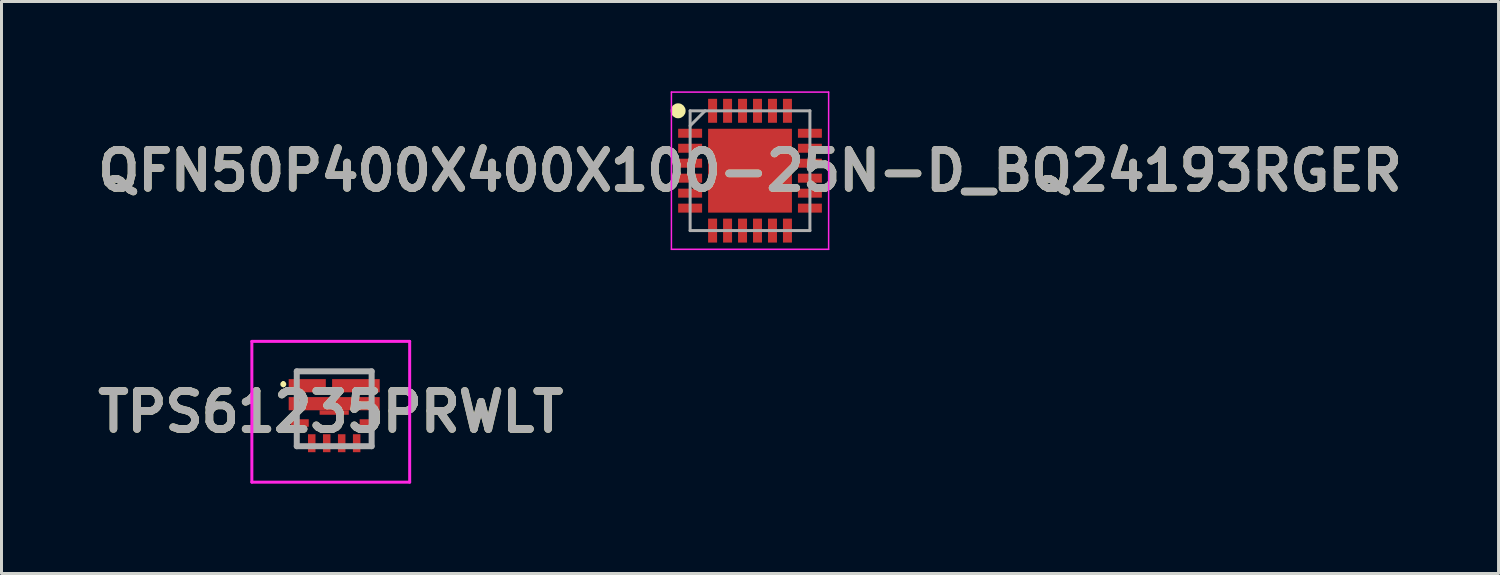
<source format=kicad_pcb>
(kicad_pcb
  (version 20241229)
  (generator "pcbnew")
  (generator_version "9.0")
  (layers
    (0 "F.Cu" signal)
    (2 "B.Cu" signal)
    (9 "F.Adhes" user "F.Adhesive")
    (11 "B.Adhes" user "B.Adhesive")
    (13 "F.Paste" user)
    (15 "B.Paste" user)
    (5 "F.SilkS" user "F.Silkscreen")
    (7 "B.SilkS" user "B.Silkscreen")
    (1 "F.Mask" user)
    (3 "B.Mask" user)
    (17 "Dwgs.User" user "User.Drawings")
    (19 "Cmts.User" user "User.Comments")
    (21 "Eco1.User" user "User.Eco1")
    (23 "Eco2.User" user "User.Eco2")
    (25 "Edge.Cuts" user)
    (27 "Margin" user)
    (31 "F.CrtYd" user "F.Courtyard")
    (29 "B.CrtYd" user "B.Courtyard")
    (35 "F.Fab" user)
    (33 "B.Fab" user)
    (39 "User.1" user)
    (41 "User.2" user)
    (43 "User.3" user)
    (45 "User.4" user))
  (footprint "TPS61235PRWLT"
    (layer "F.Cu")
    (at 7.21 9.83)
    (property "Reference" "TPS61235PRWLT" (at 0.785 0.87 0) (layer "F.SilkS") (effects (font (size 1.27 1.27) (thickness 0.254))))
    (attr smd)
    (fp_line (start -0.8 -0.1) (end -0.8 -0.1) (stroke (width 0.1) (type solid)) (layer "F.SilkS"))
    (fp_line (start -0.8 0) (end -0.8 0) (stroke (width 0.1) (type solid)) (layer "F.SilkS"))
    (fp_line (start -0.35 -0.48) (end 2.15 -0.48) (stroke (width 0.1) (type solid)) (layer "F.SilkS"))
    (fp_line (start -0.35 1.57) (end -0.35 2.02) (stroke (width 0.1) (type solid)) (layer "F.SilkS"))
    (fp_line (start -0.35 2.02) (end -0.1 2.02) (stroke (width 0.1) (type solid)) (layer "F.SilkS"))
    (fp_line (start 1.9 2.02) (end 2.15 2.02) (stroke (width 0.1) (type solid)) (layer "F.SilkS"))
    (fp_line (start 2.15 2.02) (end 2.15 1.57) (stroke (width 0.1) (type solid)) (layer "F.SilkS"))
    (fp_arc (start -0.8 -0.1) (mid -0.75 -0.05) (end -0.8 0) (stroke (width 0.1) (type solid)) (layer "F.SilkS"))
    (fp_arc (start -0.8 0) (mid -0.85 -0.05) (end -0.8 -0.1) (stroke (width 0.1) (type solid)) (layer "F.SilkS"))
    (fp_line (start -1.85 -1.48) (end 3.42 -1.48) (stroke (width 0.1) (type solid)) (layer "F.CrtYd"))
    (fp_line (start -1.85 3.22) (end -1.85 -1.48) (stroke (width 0.1) (type solid)) (layer "F.CrtYd"))
    (fp_line (start 3.42 -1.48) (end 3.42 3.22) (stroke (width 0.1) (type solid)) (layer "F.CrtYd"))
    (fp_line (start 3.42 3.22) (end -1.85 3.22) (stroke (width 0.1) (type solid)) (layer "F.CrtYd"))
    (fp_line (start -0.35 -0.48) (end 2.15 -0.48) (stroke (width 0.2) (type solid)) (layer "F.Fab"))
    (fp_line (start -0.35 2.02) (end -0.35 -0.48) (stroke (width 0.2) (type solid)) (layer "F.Fab"))
    (fp_line (start 2.15 -0.48) (end 2.15 2.02) (stroke (width 0.2) (type solid)) (layer "F.Fab"))
    (fp_line (start 2.15 2.02) (end -0.35 2.02) (stroke (width 0.2) (type solid)) (layer "F.Fab"))
    (fp_text user "${REFERENCE}" (at 0.785 0.87 0) (layer "F.Fab") (effects (font (size 1.27 1.27) (thickness 0.254))))
    (pad "1" smd rect (at 0 0 90) (size 0.44 1.24) (layers "F.Cu" "F.Mask" "F.Paste"))
    (pad "2" smd rect (at 0.9 0.6 90) (size 0.44 3.04) (layers "F.Cu" "F.Mask" "F.Paste"))
    (pad "3" smd rect (at -0.25 1.245 90) (size 0.25 0.6) (layers "F.Cu" "F.Mask" "F.Paste"))
    (pad "4" smd rect (at 0.15 1.92) (size 0.25 0.6) (layers "F.Cu" "F.Mask" "F.Paste"))
    (pad "5" smd rect (at 0.65 1.92) (size 0.25 0.6) (layers "F.Cu" "F.Mask" "F.Paste"))
    (pad "6" smd rect (at 1.15 1.92) (size 0.25 0.6) (layers "F.Cu" "F.Mask" "F.Paste"))
    (pad "7" smd rect (at 1.65 1.92) (size 0.25 0.6) (layers "F.Cu" "F.Mask" "F.Paste"))
    (pad "8" smd rect (at 2.05 1.245 90) (size 0.25 0.6) (layers "F.Cu" "F.Mask" "F.Paste"))
    (pad "9" smd rect (at 1.625 0 90) (size 0.44 1.59) (layers "F.Cu" "F.Mask" "F.Paste"))
    (pad "10" smd rect (at 0.9 0.895 90) (size 0.15 0.975) (layers "F.Cu" "F.Mask" "F.Paste")))
  (footprint "QFN50P400X400X100-25N-D_BQ24193RGER"
    (layer "F.Cu")
    (at 21.995 2.65)
    (property "Reference" "QFN50P400X400X100-25N-D_BQ24193RGER" (at 0 0 0) (layer "F.SilkS") (effects (font (size 1.27 1.27) (thickness 0.254))))
    (attr smd)
    (fp_circle (center -2.4 -2) (end -2.4 -1.875) (stroke (width 0.25) (type solid)) (fill no) (layer "F.SilkS"))
    (fp_line (start -2.625 -2.625) (end 2.625 -2.625) (stroke (width 0.05) (type solid)) (layer "F.CrtYd"))
    (fp_line (start -2.625 2.625) (end -2.625 -2.625) (stroke (width 0.05) (type solid)) (layer "F.CrtYd"))
    (fp_line (start 2.625 -2.625) (end 2.625 2.625) (stroke (width 0.05) (type solid)) (layer "F.CrtYd"))
    (fp_line (start 2.625 2.625) (end -2.625 2.625) (stroke (width 0.05) (type solid)) (layer "F.CrtYd"))
    (fp_line (start -2 -2) (end 2 -2) (stroke (width 0.1) (type solid)) (layer "F.Fab"))
    (fp_line (start -2 -1.5) (end -1.5 -2) (stroke (width 0.1) (type solid)) (layer "F.Fab"))
    (fp_line (start -2 2) (end -2 -2) (stroke (width 0.1) (type solid)) (layer "F.Fab"))
    (fp_line (start 2 -2) (end 2 2) (stroke (width 0.1) (type solid)) (layer "F.Fab"))
    (fp_line (start 2 2) (end -2 2) (stroke (width 0.1) (type solid)) (layer "F.Fab"))
    (fp_text user "${REFERENCE}" (at 0 0 0) (layer "F.Fab") (effects (font (size 1.27 1.27) (thickness 0.254))))
    (pad "1" smd rect (at -2 -1.25 90) (size 0.3 0.8) (layers "F.Cu" "F.Mask" "F.Paste"))
    (pad "2" smd rect (at -2 -0.75 90) (size 0.3 0.8) (layers "F.Cu" "F.Mask" "F.Paste"))
    (pad "3" smd rect (at -2 -0.25 90) (size 0.3 0.8) (layers "F.Cu" "F.Mask" "F.Paste"))
    (pad "4" smd rect (at -2 0.25 90) (size 0.3 0.8) (layers "F.Cu" "F.Mask" "F.Paste"))
    (pad "5" smd rect (at -2 0.75 90) (size 0.3 0.8) (layers "F.Cu" "F.Mask" "F.Paste"))
    (pad "6" smd rect (at -2 1.25 90) (size 0.3 0.8) (layers "F.Cu" "F.Mask" "F.Paste"))
    (pad "7" smd rect (at -1.25 2) (size 0.3 0.8) (layers "F.Cu" "F.Mask" "F.Paste"))
    (pad "8" smd rect (at -0.75 2) (size 0.3 0.8) (layers "F.Cu" "F.Mask" "F.Paste"))
    (pad "9" smd rect (at -0.25 2) (size 0.3 0.8) (layers "F.Cu" "F.Mask" "F.Paste"))
    (pad "10" smd rect (at 0.25 2) (size 0.3 0.8) (layers "F.Cu" "F.Mask" "F.Paste"))
    (pad "11" smd rect (at 0.75 2) (size 0.3 0.8) (layers "F.Cu" "F.Mask" "F.Paste"))
    (pad "12" smd rect (at 1.25 2) (size 0.3 0.8) (layers "F.Cu" "F.Mask" "F.Paste"))
    (pad "13" smd rect (at 2 1.25 90) (size 0.3 0.8) (layers "F.Cu" "F.Mask" "F.Paste"))
    (pad "14" smd rect (at 2 0.75 90) (size 0.3 0.8) (layers "F.Cu" "F.Mask" "F.Paste"))
    (pad "15" smd rect (at 2 0.25 90) (size 0.3 0.8) (layers "F.Cu" "F.Mask" "F.Paste"))
    (pad "16" smd rect (at 2 -0.25 90) (size 0.3 0.8) (layers "F.Cu" "F.Mask" "F.Paste"))
    (pad "17" smd rect (at 2 -0.75 90) (size 0.3 0.8) (layers "F.Cu" "F.Mask" "F.Paste"))
    (pad "18" smd rect (at 2 -1.25 90) (size 0.3 0.8) (layers "F.Cu" "F.Mask" "F.Paste"))
    (pad "19" smd rect (at 1.25 -2) (size 0.3 0.8) (layers "F.Cu" "F.Mask" "F.Paste"))
    (pad "20" smd rect (at 0.75 -2) (size 0.3 0.8) (layers "F.Cu" "F.Mask" "F.Paste"))
    (pad "21" smd rect (at 0.25 -2) (size 0.3 0.8) (layers "F.Cu" "F.Mask" "F.Paste"))
    (pad "22" smd rect (at -0.25 -2) (size 0.3 0.8) (layers "F.Cu" "F.Mask" "F.Paste"))
    (pad "23" smd rect (at -0.75 -2) (size 0.3 0.8) (layers "F.Cu" "F.Mask" "F.Paste"))
    (pad "24" smd rect (at -1.25 -2) (size 0.3 0.8) (layers "F.Cu" "F.Mask" "F.Paste"))
    (pad "25" smd rect (at 0 0) (size 2.8 2.8) (layers "F.Cu" "F.Mask" "F.Paste")))
  (gr_rect
    (start -3 -3)
    (end 46.99 16.1)
    (stroke (width 0.1) (type default))
    (fill no)
    (layer "Edge.Cuts")))
</source>
